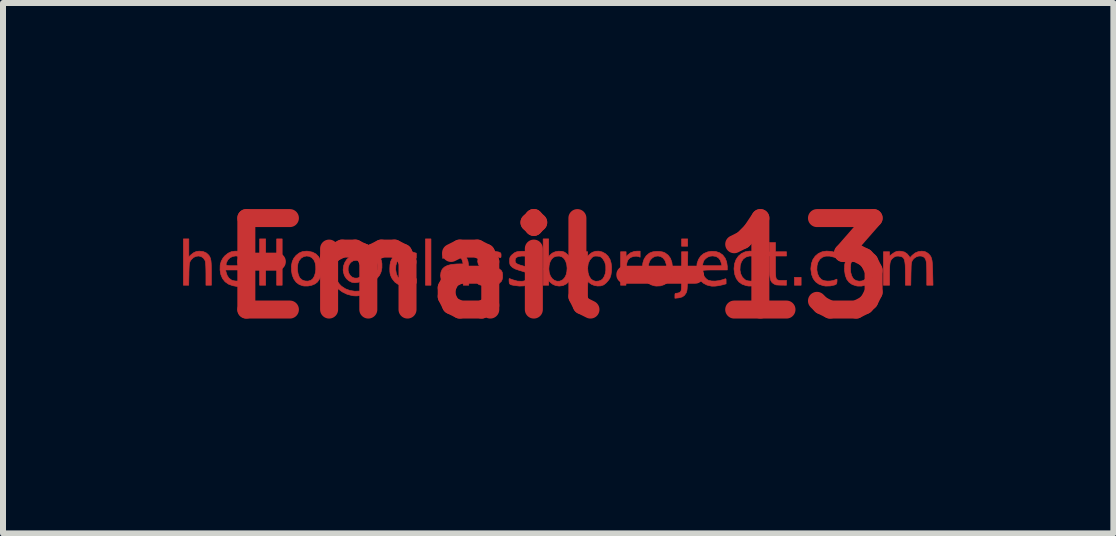
<source format=kicad_pcb>
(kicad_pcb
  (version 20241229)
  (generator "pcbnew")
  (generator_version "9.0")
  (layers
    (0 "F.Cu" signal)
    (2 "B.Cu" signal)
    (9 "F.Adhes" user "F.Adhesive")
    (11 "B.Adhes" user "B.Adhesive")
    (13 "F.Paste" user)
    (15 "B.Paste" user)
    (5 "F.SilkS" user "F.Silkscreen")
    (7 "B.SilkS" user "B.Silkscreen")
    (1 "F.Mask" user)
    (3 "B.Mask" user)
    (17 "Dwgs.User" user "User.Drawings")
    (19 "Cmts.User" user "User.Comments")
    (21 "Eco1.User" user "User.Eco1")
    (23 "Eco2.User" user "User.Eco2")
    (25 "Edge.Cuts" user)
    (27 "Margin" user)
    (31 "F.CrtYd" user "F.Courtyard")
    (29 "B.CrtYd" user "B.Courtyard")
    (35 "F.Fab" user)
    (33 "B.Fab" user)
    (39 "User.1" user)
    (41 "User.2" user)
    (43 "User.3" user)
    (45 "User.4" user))
  (footprint "Email-13"
    (layer "F.Cu")
    (at 6.243 1.418)
    (property "Reference" "Email-13" (at 0 0 0) (layer "F.Cu") (effects (font (size 1.524 1.524) (thickness 0.3))))
    (attr through_hole)
    (fp_poly (pts (xy -4.867 0.284) (xy -4.968 0.284) (xy -4.968 -0.488) (xy -4.867 -0.488) (xy -4.867 0.284)) (stroke (width 0.01) (type solid)) (fill yes) (layer "F.Cu"))
    (fp_poly (pts (xy -4.592 0.284) (xy -4.684 0.284) (xy -4.684 -0.488) (xy -4.592 -0.488) (xy -4.592 0.284)) (stroke (width 0.01) (type solid)) (fill yes) (layer "F.Cu"))
    (fp_poly (pts (xy -2.113 0.284) (xy -2.205 0.284) (xy -2.205 -0.488) (xy -2.113 -0.488) (xy -2.113 0.284)) (stroke (width 0.01) (type solid)) (fill yes) (layer "F.Cu"))
    (fp_poly (pts (xy 2.164 -0.366) (xy 2.062 -0.366) (xy 2.062 -0.488) (xy 2.164 -0.488) (xy 2.164 -0.366)) (stroke (width 0.01) (type solid)) (fill yes) (layer "F.Cu"))
    (fp_poly (pts (xy 4.054 0.284) (xy 3.942 0.284) (xy 3.942 0.152) (xy 4.054 0.152) (xy 4.054 0.284)) (stroke (width 0.01) (type solid)) (fill yes) (layer "F.Cu"))
    (fp_poly (pts (xy 1.372 -0.284) (xy 1.372 -0.183) (xy 1.344 -0.194) (xy 1.305 -0.2) (xy 1.261 -0.195) (xy 1.22 -0.181) (xy 1.204 -0.171) (xy 1.184 -0.154) (xy 1.169 -0.135) (xy 1.158 -0.112) (xy 1.15 -0.081) (xy 1.145 -0.04) (xy 1.142 0.014) (xy 1.14 0.086) (xy 1.14 0.099) (xy 1.136 0.284) (xy 1.046 0.284) (xy 1.046 -0.274) (xy 1.138 -0.274) (xy 1.138 -0.191) (xy 1.167 -0.222) (xy 1.214 -0.258) (xy 1.273 -0.279) (xy 1.322 -0.284) (xy 1.372 -0.284)) (stroke (width 0.01) (type solid)) (fill yes) (layer "F.Cu"))
    (fp_poly (pts (xy 2.162 0.048) (xy 2.161 0.139) (xy 2.16 0.211) (xy 2.159 0.267) (xy 2.157 0.311) (xy 2.155 0.343) (xy 2.152 0.367) (xy 2.149 0.385) (xy 2.144 0.399) (xy 2.139 0.411) (xy 2.111 0.452) (xy 2.075 0.478) (xy 2.027 0.492) (xy 2.009 0.495) (xy 1.951 0.501) (xy 1.951 0.459) (xy 1.952 0.432) (xy 1.958 0.42) (xy 1.974 0.417) (xy 1.986 0.417) (xy 2.024 0.408) (xy 2.042 0.394) (xy 2.048 0.387) (xy 2.052 0.379) (xy 2.056 0.366) (xy 2.058 0.348) (xy 2.06 0.321) (xy 2.061 0.284) (xy 2.062 0.233) (xy 2.062 0.168) (xy 2.062 0.086) (xy 2.062 0.049) (xy 2.062 -0.274) (xy 2.166 -0.274) (xy 2.162 0.048)) (stroke (width 0.01) (type solid)) (fill yes) (layer "F.Cu"))
    (fp_poly (pts (xy 3.627 -0.274) (xy 3.81 -0.274) (xy 3.81 -0.203) (xy 3.627 -0.203) (xy 3.627 -0.023) (xy 3.627 0.051) (xy 3.629 0.106) (xy 3.632 0.146) (xy 3.639 0.173) (xy 3.651 0.19) (xy 3.669 0.199) (xy 3.694 0.203) (xy 3.727 0.203) (xy 3.734 0.203) (xy 3.81 0.203) (xy 3.81 0.284) (xy 3.731 0.283) (xy 3.691 0.282) (xy 3.656 0.28) (xy 3.634 0.278) (xy 3.632 0.277) (xy 3.611 0.268) (xy 3.584 0.251) (xy 3.58 0.248) (xy 3.562 0.23) (xy 3.548 0.203) (xy 3.538 0.166) (xy 3.531 0.116) (xy 3.527 0.051) (xy 3.526 -0.032) (xy 3.526 -0.054) (xy 3.526 -0.203) (xy 3.495 -0.203) (xy 3.475 -0.205) (xy 3.466 -0.215) (xy 3.465 -0.239) (xy 3.466 -0.263) (xy 3.475 -0.272) (xy 3.495 -0.274) (xy 3.526 -0.274) (xy 3.526 -0.427) (xy 3.627 -0.427) (xy 3.627 -0.274)) (stroke (width 0.01) (type solid)) (fill yes) (layer "F.Cu"))
    (fp_poly (pts (xy -6.147 -0.189) (xy -6.109 -0.225) (xy -6.065 -0.259) (xy -6.022 -0.278) (xy -5.974 -0.284) (xy -5.97 -0.284) (xy -5.908 -0.277) (xy -5.857 -0.255) (xy -5.826 -0.228) (xy -5.808 -0.207) (xy -5.795 -0.184) (xy -5.785 -0.156) (xy -5.778 -0.122) (xy -5.774 -0.077) (xy -5.772 -0.018) (xy -5.771 0.057) (xy -5.771 0.085) (xy -5.771 0.284) (xy -5.862 0.284) (xy -5.862 0.096) (xy -5.863 0.02) (xy -5.865 -0.039) (xy -5.868 -0.082) (xy -5.872 -0.111) (xy -5.876 -0.126) (xy -5.903 -0.167) (xy -5.939 -0.192) (xy -5.981 -0.203) (xy -6.025 -0.198) (xy -6.068 -0.179) (xy -6.105 -0.144) (xy -6.121 -0.122) (xy -6.128 -0.107) (xy -6.134 -0.09) (xy -6.138 -0.067) (xy -6.141 -0.035) (xy -6.143 0.009) (xy -6.145 0.069) (xy -6.145 0.099) (xy -6.149 0.284) (xy -6.238 0.284) (xy -6.238 -0.488) (xy -6.147 -0.488) (xy -6.147 -0.189)) (stroke (width 0.01) (type solid)) (fill yes) (layer "F.Cu"))
    (fp_poly (pts (xy -2.466 -0.28) (xy -2.411 -0.267) (xy -2.357 -0.25) (xy -2.357 -0.164) (xy -2.413 -0.184) (xy -2.485 -0.201) (xy -2.549 -0.2) (xy -2.604 -0.183) (xy -2.649 -0.151) (xy -2.68 -0.104) (xy -2.698 -0.044) (xy -2.701 0.024) (xy -2.689 0.094) (xy -2.664 0.148) (xy -2.627 0.186) (xy -2.576 0.209) (xy -2.517 0.216) (xy -2.444 0.208) (xy -2.405 0.195) (xy -2.357 0.174) (xy -2.357 0.218) (xy -2.358 0.245) (xy -2.364 0.26) (xy -2.38 0.27) (xy -2.405 0.278) (xy -2.482 0.296) (xy -2.553 0.299) (xy -2.588 0.295) (xy -2.658 0.271) (xy -2.714 0.232) (xy -2.759 0.176) (xy -2.771 0.154) (xy -2.785 0.121) (xy -2.794 0.091) (xy -2.798 0.057) (xy -2.799 0.01) (xy -2.799 0.01) (xy -2.796 -0.056) (xy -2.786 -0.108) (xy -2.767 -0.151) (xy -2.739 -0.19) (xy -2.731 -0.199) (xy -2.678 -0.242) (xy -2.614 -0.271) (xy -2.542 -0.283) (xy -2.466 -0.28)) (stroke (width 0.01) (type solid)) (fill yes) (layer "F.Cu"))
    (fp_poly (pts (xy 4.552 -0.28) (xy 4.601 -0.269) (xy 4.653 -0.253) (xy 4.653 -0.166) (xy 4.6 -0.184) (xy 4.529 -0.201) (xy 4.465 -0.201) (xy 4.411 -0.184) (xy 4.368 -0.151) (xy 4.336 -0.103) (xy 4.319 -0.042) (xy 4.316 0.028) (xy 4.327 0.091) (xy 4.352 0.144) (xy 4.389 0.185) (xy 4.412 0.199) (xy 4.447 0.21) (xy 4.494 0.215) (xy 4.545 0.213) (xy 4.59 0.205) (xy 4.607 0.199) (xy 4.632 0.189) (xy 4.648 0.183) (xy 4.65 0.183) (xy 4.652 0.192) (xy 4.652 0.214) (xy 4.651 0.225) (xy 4.647 0.253) (xy 4.637 0.268) (xy 4.616 0.278) (xy 4.612 0.28) (xy 4.539 0.296) (xy 4.462 0.298) (xy 4.419 0.291) (xy 4.351 0.267) (xy 4.296 0.228) (xy 4.255 0.174) (xy 4.229 0.107) (xy 4.217 0.027) (xy 4.216 0.004) (xy 4.225 -0.075) (xy 4.25 -0.144) (xy 4.289 -0.201) (xy 4.34 -0.244) (xy 4.403 -0.273) (xy 4.474 -0.285) (xy 4.552 -0.28)) (stroke (width 0.01) (type solid)) (fill yes) (layer "F.Cu"))
    (fp_poly (pts (xy 3.272 -0.28) (xy 3.32 -0.269) (xy 3.373 -0.253) (xy 3.373 -0.165) (xy 3.322 -0.184) (xy 3.253 -0.202) (xy 3.19 -0.202) (xy 3.136 -0.186) (xy 3.091 -0.154) (xy 3.059 -0.106) (xy 3.039 -0.045) (xy 3.039 -0.042) (xy 3.035 0.031) (xy 3.048 0.095) (xy 3.075 0.149) (xy 3.117 0.19) (xy 3.138 0.203) (xy 3.168 0.211) (xy 3.21 0.215) (xy 3.256 0.213) (xy 3.3 0.207) (xy 3.327 0.199) (xy 3.352 0.189) (xy 3.368 0.183) (xy 3.37 0.183) (xy 3.372 0.192) (xy 3.372 0.214) (xy 3.371 0.225) (xy 3.367 0.253) (xy 3.357 0.268) (xy 3.336 0.278) (xy 3.332 0.28) (xy 3.258 0.296) (xy 3.182 0.298) (xy 3.139 0.291) (xy 3.071 0.267) (xy 3.016 0.228) (xy 2.975 0.174) (xy 2.949 0.107) (xy 2.937 0.027) (xy 2.936 0.004) (xy 2.945 -0.075) (xy 2.97 -0.144) (xy 3.009 -0.201) (xy 3.06 -0.244) (xy 3.122 -0.273) (xy 3.194 -0.285) (xy 3.272 -0.28)) (stroke (width 0.01) (type solid)) (fill yes) (layer "F.Cu"))
    (fp_poly (pts (xy 1.699 -0.279) (xy 1.753 -0.269) (xy 1.785 -0.256) (xy 1.838 -0.217) (xy 1.877 -0.164) (xy 1.901 -0.096) (xy 1.911 -0.014) (xy 1.912 0.005) (xy 1.905 0.09) (xy 1.884 0.161) (xy 1.848 0.218) (xy 1.83 0.237) (xy 1.774 0.274) (xy 1.709 0.295) (xy 1.64 0.298) (xy 1.609 0.294) (xy 1.551 0.276) (xy 1.503 0.247) (xy 1.47 0.213) (xy 1.44 0.168) (xy 1.42 0.114) (xy 1.411 0.048) (xy 1.41 0.043) (xy 1.506 0.043) (xy 1.513 0.09) (xy 1.536 0.141) (xy 1.569 0.18) (xy 1.61 0.205) (xy 1.656 0.216) (xy 1.702 0.21) (xy 1.745 0.187) (xy 1.764 0.169) (xy 1.793 0.125) (xy 1.81 0.069) (xy 1.815 0.006) (xy 1.809 -0.057) (xy 1.791 -0.116) (xy 1.787 -0.125) (xy 1.756 -0.167) (xy 1.716 -0.193) (xy 1.671 -0.203) (xy 1.625 -0.198) (xy 1.582 -0.177) (xy 1.545 -0.141) (xy 1.53 -0.117) (xy 1.514 -0.071) (xy 1.506 -0.015) (xy 1.506 0.043) (xy 1.41 0.043) (xy 1.409 -0.006) (xy 1.417 -0.087) (xy 1.438 -0.153) (xy 1.473 -0.206) (xy 1.522 -0.248) (xy 1.539 -0.257) (xy 1.584 -0.273) (xy 1.64 -0.28) (xy 1.699 -0.279)) (stroke (width 0.01) (type solid)) (fill yes) (layer "F.Cu"))
    (fp_poly (pts (xy -4.157 -0.282) (xy -4.086 -0.267) (xy -4.029 -0.237) (xy -3.984 -0.191) (xy -3.953 -0.131) (xy -3.936 -0.057) (xy -3.934 0.03) (xy -3.934 0.034) (xy -3.944 0.109) (xy -3.965 0.172) (xy -4 0.225) (xy -4.007 0.233) (xy -4.047 0.263) (xy -4.1 0.285) (xy -4.16 0.297) (xy -4.223 0.297) (xy -4.247 0.294) (xy -4.308 0.272) (xy -4.359 0.234) (xy -4.398 0.18) (xy -4.425 0.114) (xy -4.438 0.035) (xy -4.438 0.032) (xy -4.437 -0.021) (xy -4.337 -0.021) (xy -4.336 0.039) (xy -4.326 0.097) (xy -4.307 0.146) (xy -4.294 0.166) (xy -4.259 0.196) (xy -4.213 0.213) (xy -4.163 0.216) (xy -4.116 0.203) (xy -4.113 0.202) (xy -4.081 0.175) (xy -4.056 0.133) (xy -4.04 0.081) (xy -4.032 0.024) (xy -4.033 -0.035) (xy -4.043 -0.09) (xy -4.064 -0.137) (xy -4.098 -0.175) (xy -4.14 -0.197) (xy -4.186 -0.203) (xy -4.232 -0.193) (xy -4.275 -0.168) (xy -4.309 -0.127) (xy -4.311 -0.124) (xy -4.329 -0.078) (xy -4.337 -0.021) (xy -4.437 -0.021) (xy -4.437 -0.046) (xy -4.424 -0.111) (xy -4.398 -0.166) (xy -4.361 -0.212) (xy -4.309 -0.253) (xy -4.253 -0.277) (xy -4.188 -0.284) (xy -4.157 -0.282)) (stroke (width 0.01) (type solid)) (fill yes) (layer "F.Cu"))
    (fp_poly (pts (xy -0.152 -0.19) (xy -0.13 -0.218) (xy -0.093 -0.251) (xy -0.044 -0.273) (xy 0.011 -0.283) (xy 0.067 -0.281) (xy 0.104 -0.271) (xy 0.136 -0.251) (xy 0.171 -0.218) (xy 0.204 -0.179) (xy 0.228 -0.14) (xy 0.232 -0.133) (xy 0.241 -0.1) (xy 0.247 -0.052) (xy 0.248 0.005) (xy 0.248 0.056) (xy 0.245 0.094) (xy 0.239 0.124) (xy 0.228 0.152) (xy 0.225 0.159) (xy 0.189 0.219) (xy 0.141 0.263) (xy 0.086 0.29) (xy 0.023 0.298) (xy -0.034 0.29) (xy -0.081 0.27) (xy -0.117 0.243) (xy -0.152 0.209) (xy -0.152 0.284) (xy -0.244 0.284) (xy -0.244 0.013) (xy -0.149 0.013) (xy -0.143 0.072) (xy -0.124 0.129) (xy -0.094 0.173) (xy -0.056 0.203) (xy -0.012 0.218) (xy 0.034 0.216) (xy 0.079 0.195) (xy 0.081 0.194) (xy 0.114 0.159) (xy 0.138 0.112) (xy 0.151 0.057) (xy 0.155 -0.001) (xy 0.149 -0.059) (xy 0.133 -0.112) (xy 0.108 -0.156) (xy 0.074 -0.186) (xy 0.07 -0.188) (xy 0.025 -0.202) (xy -0.025 -0.199) (xy -0.069 -0.183) (xy -0.103 -0.151) (xy -0.129 -0.105) (xy -0.144 -0.048) (xy -0.149 0.013) (xy -0.244 0.013) (xy -0.244 -0.488) (xy -0.152 -0.488) (xy -0.152 -0.19)) (stroke (width 0.01) (type solid)) (fill yes) (layer "F.Cu"))
    (fp_poly (pts (xy 5.075 -0.281) (xy 5.138 -0.261) (xy 5.193 -0.225) (xy 5.212 -0.206) (xy 5.25 -0.148) (xy 5.274 -0.08) (xy 5.284 -0.006) (xy 5.279 0.07) (xy 5.259 0.142) (xy 5.225 0.207) (xy 5.222 0.213) (xy 5.18 0.254) (xy 5.126 0.282) (xy 5.062 0.298) (xy 4.995 0.298) (xy 4.972 0.294) (xy 4.905 0.272) (xy 4.853 0.235) (xy 4.814 0.184) (xy 4.789 0.117) (xy 4.777 0.035) (xy 4.777 0.034) (xy 4.778 0.002) (xy 4.875 0.002) (xy 4.88 0.069) (xy 4.896 0.127) (xy 4.922 0.172) (xy 4.936 0.187) (xy 4.974 0.208) (xy 5.021 0.217) (xy 5.069 0.212) (xy 5.108 0.195) (xy 5.142 0.162) (xy 5.166 0.113) (xy 5.179 0.052) (xy 5.179 0.046) (xy 5.182 -0.018) (xy 5.177 -0.068) (xy 5.164 -0.107) (xy 5.141 -0.142) (xy 5.125 -0.159) (xy 5.099 -0.184) (xy 5.078 -0.197) (xy 5.055 -0.202) (xy 5.029 -0.203) (xy 4.999 -0.202) (xy 4.977 -0.195) (xy 4.956 -0.18) (xy 4.934 -0.159) (xy 4.903 -0.124) (xy 4.887 -0.091) (xy 4.881 -0.07) (xy 4.875 0.002) (xy 4.778 0.002) (xy 4.779 -0.055) (xy 4.795 -0.128) (xy 4.826 -0.188) (xy 4.871 -0.234) (xy 4.931 -0.267) (xy 4.938 -0.269) (xy 5.007 -0.284) (xy 5.075 -0.281)) (stroke (width 0.01) (type solid)) (fill yes) (layer "F.Cu"))
    (fp_poly (pts (xy 0.741 -0.27) (xy 0.793 -0.242) (xy 0.837 -0.2) (xy 0.871 -0.144) (xy 0.871 -0.142) (xy 0.888 -0.086) (xy 0.896 -0.021) (xy 0.895 0.047) (xy 0.886 0.111) (xy 0.869 0.163) (xy 0.868 0.166) (xy 0.841 0.206) (xy 0.806 0.245) (xy 0.769 0.275) (xy 0.758 0.281) (xy 0.714 0.295) (xy 0.662 0.297) (xy 0.609 0.288) (xy 0.564 0.27) (xy 0.536 0.251) (xy 0.515 0.233) (xy 0.509 0.226) (xy 0.504 0.225) (xy 0.501 0.241) (xy 0.499 0.275) (xy 0.498 0.328) (xy 0.498 0.353) (xy 0.498 0.498) (xy 0.396 0.498) (xy 0.396 0.001) (xy 0.498 0.001) (xy 0.504 0.073) (xy 0.522 0.132) (xy 0.55 0.177) (xy 0.588 0.206) (xy 0.633 0.219) (xy 0.684 0.214) (xy 0.72 0.201) (xy 0.749 0.177) (xy 0.774 0.137) (xy 0.792 0.086) (xy 0.8 0.035) (xy 0.799 -0.041) (xy 0.781 -0.106) (xy 0.748 -0.159) (xy 0.725 -0.181) (xy 0.704 -0.194) (xy 0.674 -0.199) (xy 0.659 -0.201) (xy 0.625 -0.202) (xy 0.602 -0.198) (xy 0.581 -0.186) (xy 0.57 -0.177) (xy 0.531 -0.132) (xy 0.507 -0.076) (xy 0.498 -0.007) (xy 0.498 0.001) (xy 0.396 0.001) (xy 0.396 -0.274) (xy 0.498 -0.274) (xy 0.498 -0.2) (xy 0.525 -0.228) (xy 0.574 -0.264) (xy 0.628 -0.282) (xy 0.685 -0.284) (xy 0.741 -0.27)) (stroke (width 0.01) (type solid)) (fill yes) (layer "F.Cu"))
    (fp_poly (pts (xy -5.335 -0.283) (xy -5.267 -0.269) (xy -5.211 -0.238) (xy -5.166 -0.192) (xy -5.134 -0.131) (xy -5.116 -0.057) (xy -5.114 -0.038) (xy -5.108 0.03) (xy -5.535 0.03) (xy -5.527 0.064) (xy -5.508 0.122) (xy -5.48 0.164) (xy -5.442 0.194) (xy -5.42 0.204) (xy -5.378 0.213) (xy -5.325 0.215) (xy -5.267 0.21) (xy -5.212 0.199) (xy -5.197 0.194) (xy -5.165 0.183) (xy -5.142 0.175) (xy -5.134 0.173) (xy -5.132 0.182) (xy -5.131 0.204) (xy -5.131 0.213) (xy -5.133 0.241) (xy -5.142 0.256) (xy -5.164 0.268) (xy -5.165 0.268) (xy -5.189 0.276) (xy -5.225 0.284) (xy -5.265 0.293) (xy -5.305 0.299) (xy -5.336 0.303) (xy -5.351 0.304) (xy -5.365 0.301) (xy -5.392 0.296) (xy -5.418 0.291) (xy -5.486 0.266) (xy -5.543 0.226) (xy -5.586 0.172) (xy -5.614 0.106) (xy -5.627 0.03) (xy -5.625 -0.049) (xy -5.62 -0.07) (xy -5.527 -0.07) (xy -5.525 -0.056) (xy -5.514 -0.048) (xy -5.49 -0.043) (xy -5.451 -0.041) (xy -5.395 -0.041) (xy -5.366 -0.041) (xy -5.204 -0.041) (xy -5.214 -0.083) (xy -5.223 -0.114) (xy -5.235 -0.141) (xy -5.237 -0.145) (xy -5.272 -0.179) (xy -5.316 -0.198) (xy -5.365 -0.204) (xy -5.414 -0.196) (xy -5.459 -0.175) (xy -5.494 -0.142) (xy -5.507 -0.119) (xy -5.52 -0.091) (xy -5.527 -0.07) (xy -5.62 -0.07) (xy -5.608 -0.115) (xy -5.576 -0.172) (xy -5.544 -0.209) (xy -5.492 -0.25) (xy -5.438 -0.275) (xy -5.376 -0.284) (xy -5.335 -0.283)) (stroke (width 0.01) (type solid)) (fill yes) (layer "F.Cu"))
    (fp_poly (pts (xy 2.633 -0.278) (xy 2.696 -0.257) (xy 2.748 -0.22) (xy 2.787 -0.169) (xy 2.813 -0.106) (xy 2.824 -0.031) (xy 2.824 -0.019) (xy 2.824 0.03) (xy 2.616 0.03) (xy 2.544 0.03) (xy 2.49 0.031) (xy 2.452 0.033) (xy 2.427 0.036) (xy 2.414 0.042) (xy 2.409 0.052) (xy 2.411 0.066) (xy 2.417 0.084) (xy 2.42 0.092) (xy 2.446 0.148) (xy 2.483 0.186) (xy 2.508 0.201) (xy 2.559 0.213) (xy 2.621 0.215) (xy 2.689 0.207) (xy 2.758 0.189) (xy 2.786 0.178) (xy 2.797 0.176) (xy 2.803 0.185) (xy 2.804 0.21) (xy 2.804 0.216) (xy 2.804 0.261) (xy 2.746 0.277) (xy 2.684 0.291) (xy 2.623 0.299) (xy 2.571 0.3) (xy 2.555 0.298) (xy 2.484 0.281) (xy 2.427 0.251) (xy 2.385 0.215) (xy 2.35 0.172) (xy 2.328 0.128) (xy 2.316 0.078) (xy 2.312 0.015) (xy 2.312 0.005) (xy 2.318 -0.052) (xy 2.411 -0.052) (xy 2.416 -0.047) (xy 2.429 -0.044) (xy 2.452 -0.042) (xy 2.489 -0.041) (xy 2.543 -0.041) (xy 2.571 -0.041) (xy 2.735 -0.041) (xy 2.727 -0.074) (xy 2.708 -0.132) (xy 2.676 -0.172) (xy 2.634 -0.196) (xy 2.58 -0.204) (xy 2.535 -0.199) (xy 2.499 -0.185) (xy 2.464 -0.16) (xy 2.436 -0.13) (xy 2.424 -0.104) (xy 2.417 -0.076) (xy 2.412 -0.058) (xy 2.411 -0.052) (xy 2.318 -0.052) (xy 2.32 -0.077) (xy 2.344 -0.146) (xy 2.382 -0.203) (xy 2.434 -0.245) (xy 2.499 -0.272) (xy 2.562 -0.282) (xy 2.633 -0.278)) (stroke (width 0.01) (type solid)) (fill yes) (layer "F.Cu"))
    (fp_poly (pts (xy -1.072 -0.281) (xy -1.023 -0.276) (xy -0.983 -0.269) (xy -0.973 -0.265) (xy -0.954 -0.255) (xy -0.946 -0.239) (xy -0.945 -0.214) (xy -0.946 -0.188) (xy -0.951 -0.176) (xy -0.965 -0.176) (xy -0.994 -0.185) (xy -1.001 -0.188) (xy -1.038 -0.197) (xy -1.084 -0.201) (xy -1.131 -0.202) (xy -1.172 -0.198) (xy -1.199 -0.19) (xy -1.226 -0.168) (xy -1.241 -0.138) (xy -1.242 -0.11) (xy -1.23 -0.09) (xy -1.206 -0.072) (xy -1.166 -0.055) (xy -1.111 -0.039) (xy -1.04 -0.018) (xy -0.986 0.006) (xy -0.949 0.032) (xy -0.94 0.041) (xy -0.925 0.069) (xy -0.919 0.109) (xy -0.919 0.153) (xy -0.928 0.193) (xy -0.941 0.22) (xy -0.98 0.256) (xy -1.034 0.281) (xy -1.099 0.295) (xy -1.173 0.297) (xy -1.211 0.293) (xy -1.263 0.286) (xy -1.298 0.279) (xy -1.32 0.27) (xy -1.332 0.258) (xy -1.337 0.241) (xy -1.339 0.22) (xy -1.34 0.192) (xy -1.339 0.175) (xy -1.337 0.173) (xy -1.325 0.176) (xy -1.301 0.185) (xy -1.283 0.192) (xy -1.221 0.21) (xy -1.163 0.219) (xy -1.11 0.217) (xy -1.066 0.205) (xy -1.034 0.185) (xy -1.016 0.156) (xy -1.013 0.138) (xy -1.022 0.105) (xy -1.048 0.079) (xy -1.093 0.059) (xy -1.107 0.055) (xy -1.169 0.037) (xy -1.214 0.023) (xy -1.246 0.012) (xy -1.269 0.000335) (xy -1.286 -0.011) (xy -1.295 -0.02) (xy -1.324 -0.063) (xy -1.335 -0.11) (xy -1.33 -0.157) (xy -1.309 -0.202) (xy -1.276 -0.24) (xy -1.229 -0.267) (xy -1.207 -0.275) (xy -1.171 -0.28) (xy -1.124 -0.282) (xy -1.072 -0.281)) (stroke (width 0.01) (type solid)) (fill yes) (layer "F.Cu"))
    (fp_poly (pts (xy 6.118 -0.276) (xy 6.165 -0.25) (xy 6.184 -0.232) (xy 6.203 -0.211) (xy 6.217 -0.188) (xy 6.227 -0.16) (xy 6.235 -0.126) (xy 6.24 -0.081) (xy 6.243 -0.022) (xy 6.246 0.052) (xy 6.246 0.079) (xy 6.251 0.284) (xy 6.147 0.284) (xy 6.147 0.091) (xy 6.146 0.013) (xy 6.144 -0.048) (xy 6.141 -0.094) (xy 6.134 -0.128) (xy 6.125 -0.153) (xy 6.113 -0.171) (xy 6.096 -0.186) (xy 6.095 -0.187) (xy 6.056 -0.202) (xy 6.013 -0.202) (xy 5.969 -0.187) (xy 5.931 -0.16) (xy 5.912 -0.136) (xy 5.904 -0.121) (xy 5.897 -0.106) (xy 5.893 -0.087) (xy 5.889 -0.061) (xy 5.887 -0.025) (xy 5.886 0.024) (xy 5.884 0.091) (xy 5.884 0.094) (xy 5.881 0.284) (xy 5.791 0.284) (xy 5.791 0.099) (xy 5.79 0.014) (xy 5.788 -0.053) (xy 5.782 -0.104) (xy 5.773 -0.142) (xy 5.76 -0.168) (xy 5.741 -0.185) (xy 5.716 -0.195) (xy 5.685 -0.2) (xy 5.682 -0.201) (xy 5.646 -0.201) (xy 5.618 -0.193) (xy 5.599 -0.181) (xy 5.576 -0.163) (xy 5.558 -0.144) (xy 5.545 -0.121) (xy 5.536 -0.091) (xy 5.531 -0.051) (xy 5.528 0.003) (xy 5.527 0.072) (xy 5.527 0.099) (xy 5.527 0.284) (xy 5.425 0.284) (xy 5.425 -0.274) (xy 5.527 -0.274) (xy 5.527 -0.203) (xy 5.574 -0.239) (xy 5.613 -0.266) (xy 5.648 -0.28) (xy 5.687 -0.284) (xy 5.721 -0.282) (xy 5.776 -0.269) (xy 5.82 -0.239) (xy 5.848 -0.206) (xy 5.868 -0.176) (xy 5.905 -0.215) (xy 5.954 -0.254) (xy 6.008 -0.277) (xy 6.064 -0.284) (xy 6.118 -0.276)) (stroke (width 0.01) (type solid)) (fill yes) (layer "F.Cu"))
    (fp_poly (pts (xy -1.658 -0.276) (xy -1.606 -0.261) (xy -1.6 -0.258) (xy -1.556 -0.226) (xy -1.522 -0.18) (xy -1.498 -0.123) (xy -1.494 -0.103) (xy -1.49 -0.073) (xy -1.487 -0.029) (xy -1.485 0.026) (xy -1.484 0.086) (xy -1.483 0.118) (xy -1.483 0.284) (xy -1.575 0.284) (xy -1.575 0.2) (xy -1.595 0.226) (xy -1.631 0.258) (xy -1.68 0.281) (xy -1.736 0.295) (xy -1.792 0.298) (xy -1.821 0.294) (xy -1.877 0.272) (xy -1.918 0.236) (xy -1.944 0.188) (xy -1.953 0.128) (xy -1.953 0.121) (xy -1.953 0.119) (xy -1.859 0.119) (xy -1.85 0.158) (xy -1.826 0.192) (xy -1.791 0.214) (xy -1.783 0.217) (xy -1.749 0.219) (xy -1.708 0.213) (xy -1.67 0.2) (xy -1.665 0.197) (xy -1.627 0.167) (xy -1.599 0.12) (xy -1.585 0.071) (xy -1.579 0.04) (xy -1.576 0.019) (xy -1.575 0.014) (xy -1.584 0.012) (xy -1.61 0.011) (xy -1.646 0.01) (xy -1.672 0.01) (xy -1.74 0.013) (xy -1.791 0.021) (xy -1.826 0.036) (xy -1.847 0.06) (xy -1.858 0.093) (xy -1.859 0.119) (xy -1.953 0.119) (xy -1.946 0.064) (xy -1.925 0.017) (xy -1.89 -0.018) (xy -1.839 -0.045) (xy -1.772 -0.062) (xy -1.687 -0.07) (xy -1.639 -0.071) (xy -1.577 -0.071) (xy -1.585 -0.107) (xy -1.594 -0.135) (xy -1.604 -0.156) (xy -1.605 -0.157) (xy -1.637 -0.181) (xy -1.683 -0.197) (xy -1.739 -0.202) (xy -1.798 -0.198) (xy -1.857 -0.183) (xy -1.888 -0.172) (xy -1.91 -0.165) (xy -1.918 -0.163) (xy -1.919 -0.172) (xy -1.919 -0.194) (xy -1.918 -0.206) (xy -1.915 -0.249) (xy -1.849 -0.267) (xy -1.786 -0.279) (xy -1.72 -0.282) (xy -1.658 -0.276)) (stroke (width 0.01) (type solid)) (fill yes) (layer "F.Cu"))
    (fp_poly (pts (xy -0.543 -0.281) (xy -0.493 -0.276) (xy -0.454 -0.269) (xy -0.445 -0.265) (xy -0.426 -0.255) (xy -0.418 -0.239) (xy -0.417 -0.214) (xy -0.418 -0.188) (xy -0.421 -0.174) (xy -0.422 -0.173) (xy -0.434 -0.176) (xy -0.459 -0.183) (xy -0.478 -0.189) (xy -0.544 -0.201) (xy -0.599 -0.202) (xy -0.65 -0.195) (xy -0.685 -0.182) (xy -0.704 -0.161) (xy -0.711 -0.129) (xy -0.711 -0.126) (xy -0.707 -0.102) (xy -0.694 -0.083) (xy -0.669 -0.067) (xy -0.629 -0.052) (xy -0.583 -0.039) (xy -0.514 -0.019) (xy -0.463 0.002) (xy -0.427 0.026) (xy -0.405 0.054) (xy -0.392 0.09) (xy -0.388 0.12) (xy -0.387 0.157) (xy -0.393 0.184) (xy -0.406 0.209) (xy -0.408 0.213) (xy -0.447 0.252) (xy -0.5 0.279) (xy -0.565 0.295) (xy -0.64 0.298) (xy -0.683 0.293) (xy -0.735 0.286) (xy -0.77 0.279) (xy -0.792 0.27) (xy -0.804 0.258) (xy -0.809 0.241) (xy -0.811 0.22) (xy -0.812 0.192) (xy -0.81 0.175) (xy -0.809 0.173) (xy -0.797 0.176) (xy -0.773 0.185) (xy -0.755 0.192) (xy -0.673 0.215) (xy -0.596 0.218) (xy -0.563 0.213) (xy -0.52 0.197) (xy -0.493 0.173) (xy -0.481 0.144) (xy -0.485 0.114) (xy -0.506 0.087) (xy -0.542 0.067) (xy -0.573 0.057) (xy -0.615 0.044) (xy -0.659 0.031) (xy -0.66 0.03) (xy -0.713 0.012) (xy -0.751 -0.01) (xy -0.769 -0.025) (xy -0.788 -0.046) (xy -0.798 -0.066) (xy -0.802 -0.092) (xy -0.803 -0.12) (xy -0.802 -0.156) (xy -0.796 -0.18) (xy -0.784 -0.201) (xy -0.765 -0.222) (xy -0.718 -0.259) (xy -0.681 -0.274) (xy -0.644 -0.28) (xy -0.595 -0.282) (xy -0.543 -0.281)) (stroke (width 0.01) (type solid)) (fill yes) (layer "F.Cu"))
    (fp_poly (pts (xy -3.28 -0.423) (xy -3.2 -0.403) (xy -3.127 -0.37) (xy -3.062 -0.324) (xy -3.007 -0.267) (xy -2.965 -0.199) (xy -2.938 -0.122) (xy -2.93 -0.075) (xy -2.93 -0.005) (xy -2.944 0.062) (xy -2.97 0.119) (xy -3.007 0.164) (xy -3.011 0.167) (xy -3.067 0.206) (xy -3.126 0.229) (xy -3.178 0.239) (xy -3.231 0.246) (xy -3.231 0.183) (xy -3.267 0.208) (xy -3.322 0.235) (xy -3.378 0.243) (xy -3.431 0.235) (xy -3.48 0.211) (xy -3.522 0.174) (xy -3.554 0.125) (xy -3.572 0.066) (xy -3.575 0.039) (xy -3.493 0.039) (xy -3.481 0.084) (xy -3.457 0.122) (xy -3.425 0.15) (xy -3.385 0.165) (xy -3.34 0.165) (xy -3.302 0.152) (xy -3.27 0.125) (xy -3.248 0.085) (xy -3.237 0.036) (xy -3.239 -0.017) (xy -3.241 -0.026) (xy -3.258 -0.067) (xy -3.288 -0.101) (xy -3.324 -0.125) (xy -3.358 -0.132) (xy -3.409 -0.123) (xy -3.449 -0.096) (xy -3.475 -0.061) (xy -3.492 -0.01) (xy -3.493 0.039) (xy -3.575 0.039) (xy -3.576 0.02) (xy -3.569 -0.039) (xy -3.548 -0.095) (xy -3.517 -0.144) (xy -3.478 -0.18) (xy -3.455 -0.193) (xy -3.41 -0.203) (xy -3.359 -0.201) (xy -3.308 -0.19) (xy -3.268 -0.169) (xy -3.267 -0.169) (xy -3.231 -0.141) (xy -3.231 -0.167) (xy -3.229 -0.184) (xy -3.219 -0.191) (xy -3.194 -0.193) (xy -3.19 -0.193) (xy -3.15 -0.193) (xy -3.15 -0.015) (xy -3.149 0.058) (xy -3.147 0.113) (xy -3.144 0.147) (xy -3.14 0.162) (xy -3.139 0.163) (xy -3.109 0.154) (xy -3.077 0.132) (xy -3.046 0.102) (xy -3.023 0.067) (xy -3.017 0.056) (xy -3.008 0.014) (xy -3.006 -0.038) (xy -3.009 -0.091) (xy -3.02 -0.139) (xy -3.025 -0.154) (xy -3.065 -0.221) (xy -3.117 -0.275) (xy -3.178 -0.314) (xy -3.246 -0.34) (xy -3.318 -0.353) (xy -3.392 -0.352) (xy -3.464 -0.338) (xy -3.533 -0.312) (xy -3.596 -0.273) (xy -3.65 -0.221) (xy -3.692 -0.157) (xy -3.714 -0.104) (xy -3.726 -0.043) (xy -3.73 0.026) (xy -3.725 0.093) (xy -3.718 0.123) (xy -3.7 0.168) (xy -3.672 0.218) (xy -3.638 0.265) (xy -3.603 0.301) (xy -3.537 0.344) (xy -3.462 0.372) (xy -3.381 0.384) (xy -3.3 0.381) (xy -3.222 0.361) (xy -3.158 0.33) (xy -3.121 0.306) (xy -3.098 0.332) (xy -3.074 0.357) (xy -3.099 0.377) (xy -3.123 0.393) (xy -3.156 0.412) (xy -3.175 0.421) (xy -3.206 0.434) (xy -3.239 0.444) (xy -3.279 0.452) (xy -3.332 0.46) (xy -3.343 0.462) (xy -3.367 0.462) (xy -3.402 0.46) (xy -3.429 0.456) (xy -3.512 0.434) (xy -3.591 0.395) (xy -3.663 0.342) (xy -3.723 0.277) (xy -3.763 0.211) (xy -3.793 0.126) (xy -3.805 0.038) (xy -3.8 -0.05) (xy -3.778 -0.136) (xy -3.74 -0.215) (xy -3.687 -0.286) (xy -3.62 -0.345) (xy -3.611 -0.35) (xy -3.531 -0.393) (xy -3.447 -0.419) (xy -3.363 -0.429) (xy -3.28 -0.423)) (stroke (width 0.01) (type solid)) (fill yes) (layer "F.Cu")))
  (gr_rect
    (start -3 -3)
    (end 15.499 5.836)
    (stroke (width 0.1) (type default))
    (fill no)
    (layer "Edge.Cuts")))
</source>
